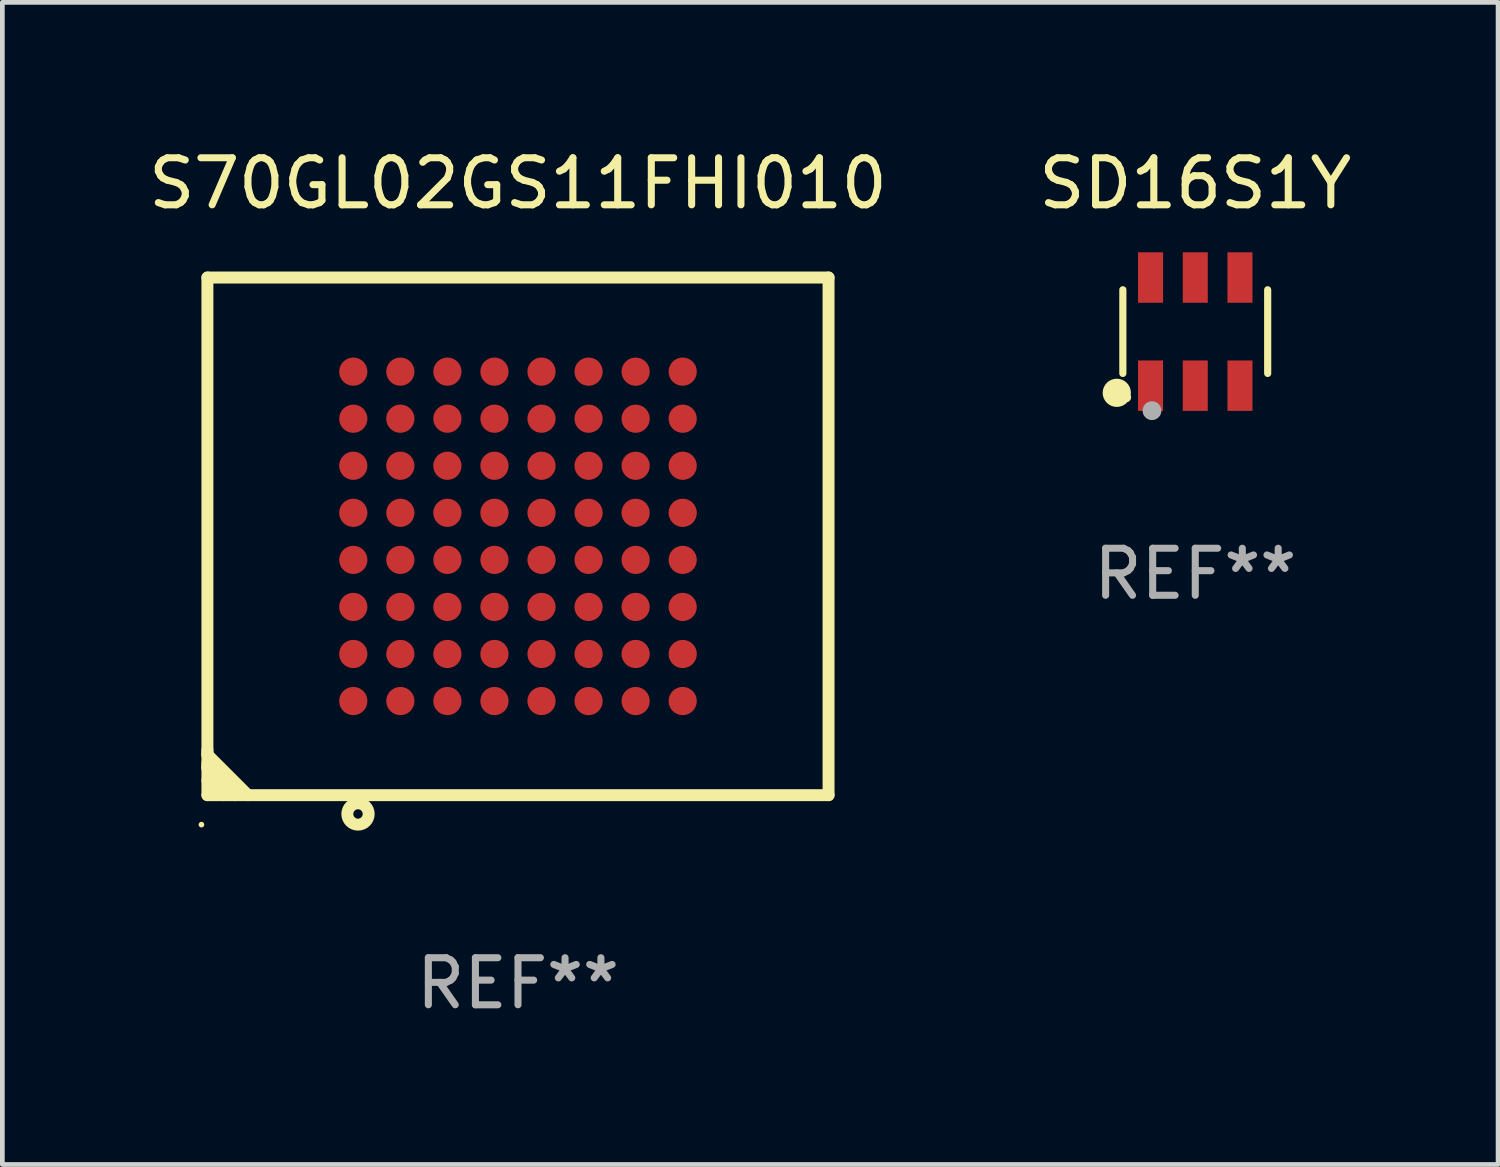
<source format=kicad_pcb>
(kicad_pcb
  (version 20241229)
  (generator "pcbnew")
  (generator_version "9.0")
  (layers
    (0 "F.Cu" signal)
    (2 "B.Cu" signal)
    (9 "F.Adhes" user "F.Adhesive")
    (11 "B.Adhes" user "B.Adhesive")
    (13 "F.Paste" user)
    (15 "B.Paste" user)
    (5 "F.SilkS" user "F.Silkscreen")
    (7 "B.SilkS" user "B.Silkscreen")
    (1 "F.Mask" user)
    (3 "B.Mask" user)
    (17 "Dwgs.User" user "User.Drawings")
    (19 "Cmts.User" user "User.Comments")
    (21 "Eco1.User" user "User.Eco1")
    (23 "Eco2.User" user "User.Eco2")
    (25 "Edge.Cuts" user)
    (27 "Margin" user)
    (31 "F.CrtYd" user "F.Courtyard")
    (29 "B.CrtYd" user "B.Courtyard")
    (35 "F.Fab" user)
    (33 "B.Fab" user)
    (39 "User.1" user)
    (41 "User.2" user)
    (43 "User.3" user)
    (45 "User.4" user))
  (footprint "SD16S1Y"
    (layer "F.Cu")
    (at 22.351 3.997)
    (property "Reference" "SD16S1Y" (at 0 -3.149 0) (layer "F.SilkS") (effects (font (size 1 1) (thickness 0.15))))
    (attr through_hole)
    (fp_line (start -1.539 0.889) (end -1.539 -0.889) (stroke (width 0.152) (type solid)) (layer "F.SilkS"))
    (fp_line (start 1.539 0.889) (end 1.539 -0.889) (stroke (width 0.152) (type solid)) (layer "F.SilkS"))
    (fp_circle (center -1.668 1.301) (end -1.518 1.301) (stroke (width 0.3) (type solid)) (fill no) (layer "F.SilkS"))
    (fp_circle (center -1.463 1.4) (end -1.413 1.4) (stroke (width 0.1) (type solid)) (fill no) (layer "F.SilkS"))
    (fp_circle (center -0.92 1.68) (end -0.82 1.68) (stroke (width 0.2) (type solid)) (fill no) (layer "F.Fab"))
    (fp_text user "REF**" (at 0 5.149 0) (layer "F.Fab") (effects (font (size 1 1) (thickness 0.15))))
    (pad "1" smd rect (at -0.95 1.149) (size 0.532 1.072) (layers "F.Cu" "F.Mask" "F.Paste"))
    (pad "2" smd rect (at 0 1.149) (size 0.532 1.072) (layers "F.Cu" "F.Mask" "F.Paste"))
    (pad "3" smd rect (at 0.95 1.149) (size 0.532 1.072) (layers "F.Cu" "F.Mask" "F.Paste"))
    (pad "4" smd rect (at 0.95 -1.149) (size 0.532 1.072) (layers "F.Cu" "F.Mask" "F.Paste"))
    (pad "5" smd rect (at 0 -1.149) (size 0.532 1.072) (layers "F.Cu" "F.Mask" "F.Paste"))
    (pad "6" smd rect (at -0.95 -1.149) (size 0.532 1.072) (layers "F.Cu" "F.Mask" "F.Paste")))
  (footprint "S70GL02GS11FHI010"
    (layer "F.Cu")
    (at 7.958 8.348)
    (property "Reference" "S70GL02GS11FHI010" (at 0 -7.5 0) (layer "F.SilkS") (effects (font (size 1 1) (thickness 0.15))))
    (attr through_hole)
    (fp_line (start -6.6 -5.5) (end 6.6 -5.5) (stroke (width 0.254) (type solid)) (layer "F.SilkS"))
    (fp_line (start -6.6 4.543) (end -6.6 4.64) (stroke (width 0.254) (type solid)) (layer "F.SilkS"))
    (fp_line (start -6.6 4.64) (end -5.74 5.5) (stroke (width 0.254) (type solid)) (layer "F.SilkS"))
    (fp_line (start -6.6 4.823) (end -6.6 4.919) (stroke (width 0.254) (type solid)) (layer "F.SilkS"))
    (fp_line (start -6.6 4.919) (end -6.019 5.5) (stroke (width 0.254) (type solid)) (layer "F.SilkS"))
    (fp_line (start -6.6 5.191) (end -6.57 5.191) (stroke (width 0.254) (type solid)) (layer "F.SilkS"))
    (fp_line (start -6.6 5.5) (end -6.6 -5.5) (stroke (width 0.254) (type solid)) (layer "F.SilkS"))
    (fp_line (start -6.6 5.5) (end 6.6 5.5) (stroke (width 0.254) (type solid)) (layer "F.SilkS"))
    (fp_line (start -6.57 5.191) (end -6.261 5.5) (stroke (width 0.254) (type solid)) (layer "F.SilkS"))
    (fp_line (start 6.6 5.5) (end 6.6 -5.5) (stroke (width 0.254) (type solid)) (layer "F.SilkS"))
    (fp_circle (center -6.727 6.127) (end -6.697 6.127) (stroke (width 0.06) (type solid)) (fill no) (layer "F.SilkS"))
    (fp_circle (center -3.4 5.9) (end -3.3 5.9) (stroke (width 0.254) (type solid)) (fill no) (layer "F.SilkS"))
    (fp_text user "REF**" (at 0 9.5 0) (layer "F.Fab") (effects (font (size 1 1) (thickness 0.15))))
    (pad "A1" smd circle (at -3.5 3.5) (size 0.6 0.6) (layers "F.Cu" "F.Mask" "F.Paste"))
    (pad "A2" smd circle (at -3.5 2.5) (size 0.6 0.6) (layers "F.Cu" "F.Mask" "F.Paste"))
    (pad "A3" smd circle (at -3.5 1.5) (size 0.6 0.6) (layers "F.Cu" "F.Mask" "F.Paste"))
    (pad "A4" smd circle (at -3.5 0.5) (size 0.6 0.6) (layers "F.Cu" "F.Mask" "F.Paste"))
    (pad "A5" smd circle (at -3.5 -0.5) (size 0.6 0.6) (layers "F.Cu" "F.Mask" "F.Paste"))
    (pad "A6" smd circle (at -3.5 -1.5) (size 0.6 0.6) (layers "F.Cu" "F.Mask" "F.Paste"))
    (pad "A7" smd circle (at -3.5 -2.5) (size 0.6 0.6) (layers "F.Cu" "F.Mask" "F.Paste"))
    (pad "A8" smd circle (at -3.5 -3.5) (size 0.6 0.6) (layers "F.Cu" "F.Mask" "F.Paste"))
    (pad "B1" smd circle (at -2.5 3.5) (size 0.6 0.6) (layers "F.Cu" "F.Mask" "F.Paste"))
    (pad "B2" smd circle (at -2.5 2.5) (size 0.6 0.6) (layers "F.Cu" "F.Mask" "F.Paste"))
    (pad "B3" smd circle (at -2.5 1.5) (size 0.6 0.6) (layers "F.Cu" "F.Mask" "F.Paste"))
    (pad "B4" smd circle (at -2.5 0.5) (size 0.6 0.6) (layers "F.Cu" "F.Mask" "F.Paste"))
    (pad "B5" smd circle (at -2.5 -0.5) (size 0.6 0.6) (layers "F.Cu" "F.Mask" "F.Paste"))
    (pad "B6" smd circle (at -2.5 -1.5) (size 0.6 0.6) (layers "F.Cu" "F.Mask" "F.Paste"))
    (pad "B7" smd circle (at -2.5 -2.5) (size 0.6 0.6) (layers "F.Cu" "F.Mask" "F.Paste"))
    (pad "B8" smd circle (at -2.5 -3.5) (size 0.6 0.6) (layers "F.Cu" "F.Mask" "F.Paste"))
    (pad "C1" smd circle (at -1.5 3.5) (size 0.6 0.6) (layers "F.Cu" "F.Mask" "F.Paste"))
    (pad "C2" smd circle (at -1.5 2.5) (size 0.6 0.6) (layers "F.Cu" "F.Mask" "F.Paste"))
    (pad "C3" smd circle (at -1.5 1.5) (size 0.6 0.6) (layers "F.Cu" "F.Mask" "F.Paste"))
    (pad "C4" smd circle (at -1.5 0.5) (size 0.6 0.6) (layers "F.Cu" "F.Mask" "F.Paste"))
    (pad "C5" smd circle (at -1.5 -0.5) (size 0.6 0.6) (layers "F.Cu" "F.Mask" "F.Paste"))
    (pad "C6" smd circle (at -1.5 -1.5) (size 0.6 0.6) (layers "F.Cu" "F.Mask" "F.Paste"))
    (pad "C7" smd circle (at -1.5 -2.5) (size 0.6 0.6) (layers "F.Cu" "F.Mask" "F.Paste"))
    (pad "C8" smd circle (at -1.5 -3.5) (size 0.6 0.6) (layers "F.Cu" "F.Mask" "F.Paste"))
    (pad "D1" smd circle (at -0.5 3.5) (size 0.6 0.6) (layers "F.Cu" "F.Mask" "F.Paste"))
    (pad "D2" smd circle (at -0.5 2.5) (size 0.6 0.6) (layers "F.Cu" "F.Mask" "F.Paste"))
    (pad "D3" smd circle (at -0.5 1.5) (size 0.6 0.6) (layers "F.Cu" "F.Mask" "F.Paste"))
    (pad "D4" smd circle (at -0.5 0.5) (size 0.6 0.6) (layers "F.Cu" "F.Mask" "F.Paste"))
    (pad "D5" smd circle (at -0.5 -0.5) (size 0.6 0.6) (layers "F.Cu" "F.Mask" "F.Paste"))
    (pad "D6" smd circle (at -0.5 -1.5) (size 0.6 0.6) (layers "F.Cu" "F.Mask" "F.Paste"))
    (pad "D7" smd circle (at -0.5 -2.5) (size 0.6 0.6) (layers "F.Cu" "F.Mask" "F.Paste"))
    (pad "D8" smd circle (at -0.5 -3.5) (size 0.6 0.6) (layers "F.Cu" "F.Mask" "F.Paste"))
    (pad "E1" smd circle (at 0.5 3.5) (size 0.6 0.6) (layers "F.Cu" "F.Mask" "F.Paste"))
    (pad "E2" smd circle (at 0.5 2.5) (size 0.6 0.6) (layers "F.Cu" "F.Mask" "F.Paste"))
    (pad "E3" smd circle (at 0.5 1.5) (size 0.6 0.6) (layers "F.Cu" "F.Mask" "F.Paste"))
    (pad "E4" smd circle (at 0.5 0.5) (size 0.6 0.6) (layers "F.Cu" "F.Mask" "F.Paste"))
    (pad "E5" smd circle (at 0.5 -0.5) (size 0.6 0.6) (layers "F.Cu" "F.Mask" "F.Paste"))
    (pad "E6" smd circle (at 0.5 -1.5) (size 0.6 0.6) (layers "F.Cu" "F.Mask" "F.Paste"))
    (pad "E7" smd circle (at 0.5 -2.5) (size 0.6 0.6) (layers "F.Cu" "F.Mask" "F.Paste"))
    (pad "E8" smd circle (at 0.5 -3.5) (size 0.6 0.6) (layers "F.Cu" "F.Mask" "F.Paste"))
    (pad "F1" smd circle (at 1.5 3.5) (size 0.6 0.6) (layers "F.Cu" "F.Mask" "F.Paste"))
    (pad "F2" smd circle (at 1.5 2.5) (size 0.6 0.6) (layers "F.Cu" "F.Mask" "F.Paste"))
    (pad "F3" smd circle (at 1.5 1.5) (size 0.6 0.6) (layers "F.Cu" "F.Mask" "F.Paste"))
    (pad "F4" smd circle (at 1.5 0.5) (size 0.6 0.6) (layers "F.Cu" "F.Mask" "F.Paste"))
    (pad "F5" smd circle (at 1.5 -0.5) (size 0.6 0.6) (layers "F.Cu" "F.Mask" "F.Paste"))
    (pad "F6" smd circle (at 1.5 -1.5) (size 0.6 0.6) (layers "F.Cu" "F.Mask" "F.Paste"))
    (pad "F7" smd circle (at 1.5 -2.5) (size 0.6 0.6) (layers "F.Cu" "F.Mask" "F.Paste"))
    (pad "F8" smd circle (at 1.5 -3.5) (size 0.6 0.6) (layers "F.Cu" "F.Mask" "F.Paste"))
    (pad "G1" smd circle (at 2.5 3.5) (size 0.6 0.6) (layers "F.Cu" "F.Mask" "F.Paste"))
    (pad "G2" smd circle (at 2.5 2.5) (size 0.6 0.6) (layers "F.Cu" "F.Mask" "F.Paste"))
    (pad "G3" smd circle (at 2.5 1.5) (size 0.6 0.6) (layers "F.Cu" "F.Mask" "F.Paste"))
    (pad "G4" smd circle (at 2.5 0.5) (size 0.6 0.6) (layers "F.Cu" "F.Mask" "F.Paste"))
    (pad "G5" smd circle (at 2.5 -0.5) (size 0.6 0.6) (layers "F.Cu" "F.Mask" "F.Paste"))
    (pad "G6" smd circle (at 2.5 -1.5) (size 0.6 0.6) (layers "F.Cu" "F.Mask" "F.Paste"))
    (pad "G7" smd circle (at 2.5 -2.5) (size 0.6 0.6) (layers "F.Cu" "F.Mask" "F.Paste"))
    (pad "G8" smd circle (at 2.5 -3.5) (size 0.6 0.6) (layers "F.Cu" "F.Mask" "F.Paste"))
    (pad "H1" smd circle (at 3.5 3.5) (size 0.6 0.6) (layers "F.Cu" "F.Mask" "F.Paste"))
    (pad "H2" smd circle (at 3.5 2.5) (size 0.6 0.6) (layers "F.Cu" "F.Mask" "F.Paste"))
    (pad "H3" smd circle (at 3.5 1.5) (size 0.6 0.6) (layers "F.Cu" "F.Mask" "F.Paste"))
    (pad "H4" smd circle (at 3.5 0.5) (size 0.6 0.6) (layers "F.Cu" "F.Mask" "F.Paste"))
    (pad "H5" smd circle (at 3.5 -0.5) (size 0.6 0.6) (layers "F.Cu" "F.Mask" "F.Paste"))
    (pad "H6" smd circle (at 3.5 -1.5) (size 0.6 0.6) (layers "F.Cu" "F.Mask" "F.Paste"))
    (pad "H7" smd circle (at 3.5 -2.5) (size 0.6 0.6) (layers "F.Cu" "F.Mask" "F.Paste"))
    (pad "H8" smd circle (at 3.5 -3.5) (size 0.6 0.6) (layers "F.Cu" "F.Mask" "F.Paste")))
  (gr_rect
    (start -3 -3)
    (end 28.786 21.697)
    (stroke (width 0.1) (type default))
    (fill no)
    (layer "Edge.Cuts")))
</source>
